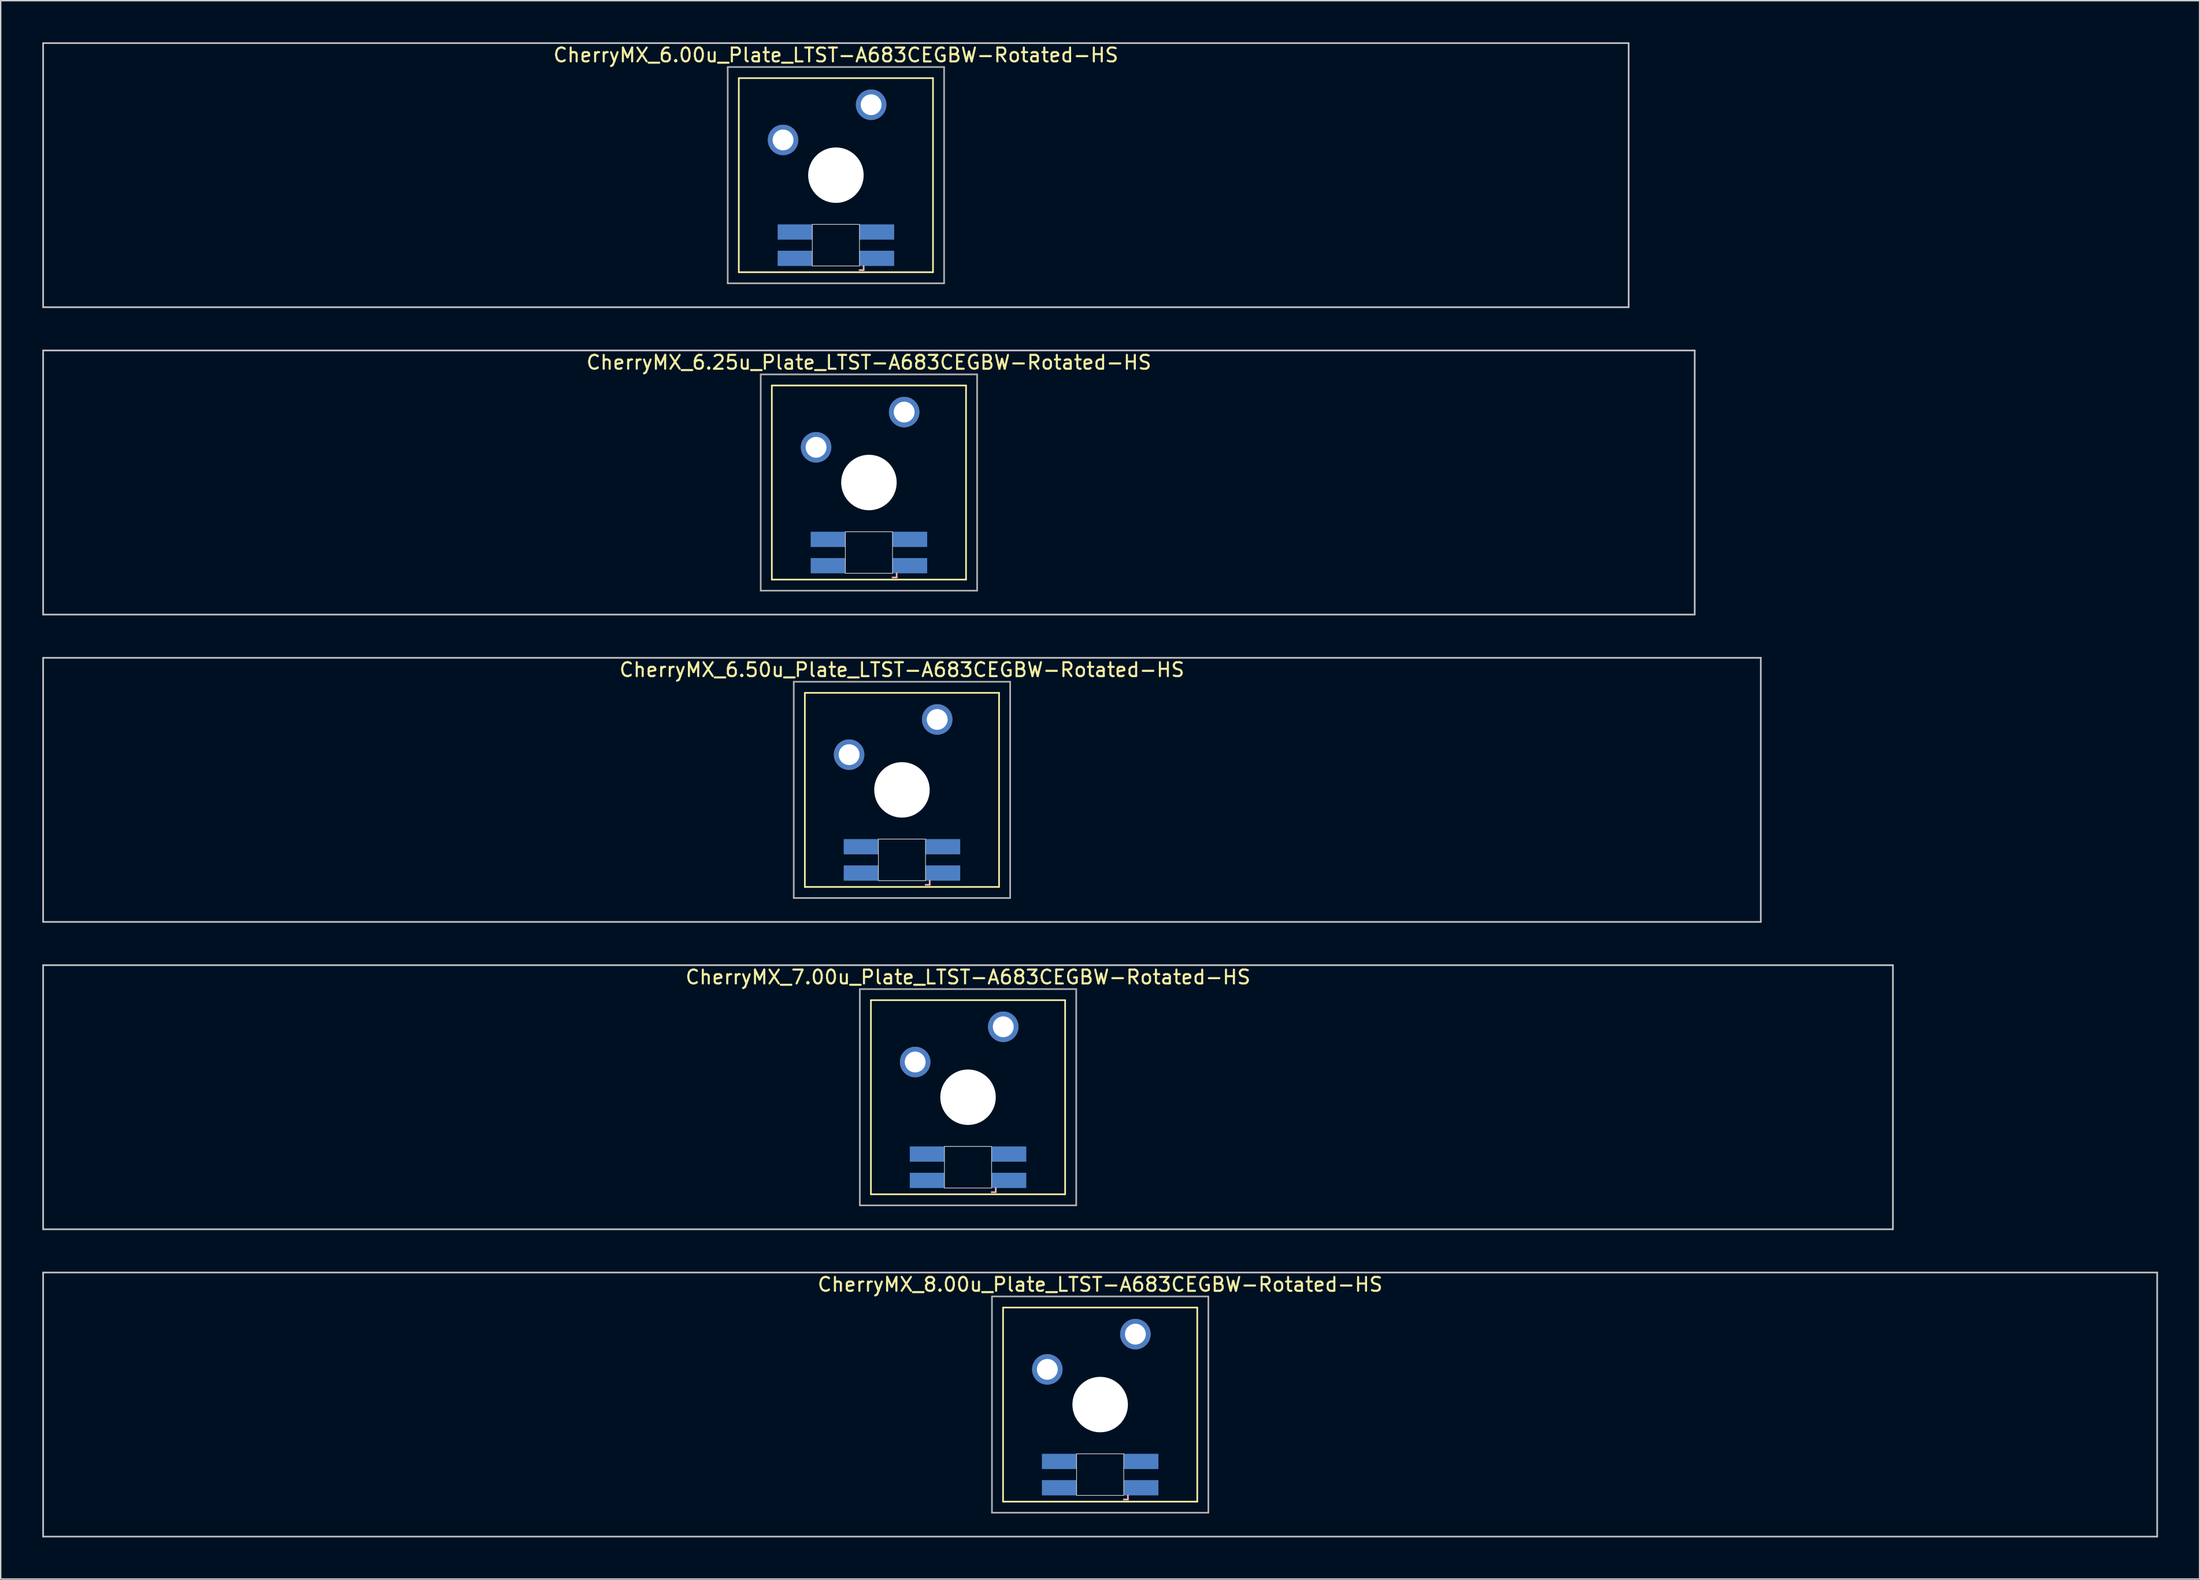
<source format=kicad_pcb>
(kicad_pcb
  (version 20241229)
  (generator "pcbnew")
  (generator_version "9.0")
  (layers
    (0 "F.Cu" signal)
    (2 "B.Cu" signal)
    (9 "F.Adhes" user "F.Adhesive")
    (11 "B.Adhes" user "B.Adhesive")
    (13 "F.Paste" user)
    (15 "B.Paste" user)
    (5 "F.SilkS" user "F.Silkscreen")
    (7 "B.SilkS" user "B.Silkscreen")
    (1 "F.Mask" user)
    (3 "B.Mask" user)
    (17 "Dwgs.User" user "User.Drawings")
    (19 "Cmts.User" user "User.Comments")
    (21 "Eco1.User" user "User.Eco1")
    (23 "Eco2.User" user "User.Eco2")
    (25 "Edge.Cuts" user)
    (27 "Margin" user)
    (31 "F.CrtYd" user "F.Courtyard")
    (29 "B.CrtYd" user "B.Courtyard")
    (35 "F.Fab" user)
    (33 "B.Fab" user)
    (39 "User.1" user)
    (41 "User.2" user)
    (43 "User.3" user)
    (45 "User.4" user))
  (footprint "CherryMX_8.00u_Plate_LTST-A683CEGBW-Rotated-HS"
    (layer "F.Cu")
    (at 76.26 98.265)
    (property "Reference" "CherryMX_8.00u_Plate_LTST-A683CEGBW-Rotated-HS" (at 0 -8.662 0) (layer "F.SilkS") (effects (font (size 1 1) (thickness 0.15))))
    (attr through_hole)
    (fp_line (start -7 -7) (end -7 7) (stroke (width 0.12) (type solid)) (layer "F.SilkS"))
    (fp_line (start -7 -7) (end 7 -7) (stroke (width 0.12) (type solid)) (layer "F.SilkS"))
    (fp_line (start 7 -7) (end 7 7) (stroke (width 0.12) (type solid)) (layer "F.SilkS"))
    (fp_line (start 7 7) (end -7 7) (stroke (width 0.12) (type solid)) (layer "F.SilkS"))
    (fp_line (start 1.7 6.85) (end 2 6.85) (stroke (width 0.12) (type solid)) (layer "B.SilkS"))
    (fp_line (start 2 6.85) (end 2 6.55) (stroke (width 0.12) (type solid)) (layer "B.SilkS"))
    (fp_line (start -76.2 -9.525) (end 76.2 -9.525) (stroke (width 0.12) (type solid)) (layer "Dwgs.User"))
    (fp_line (start -76.2 9.525) (end -76.2 -9.525) (stroke (width 0.12) (type solid)) (layer "Dwgs.User"))
    (fp_line (start 76.2 -9.525) (end 76.2 9.525) (stroke (width 0.12) (type solid)) (layer "Dwgs.User"))
    (fp_line (start 76.2 9.525) (end -76.2 9.525) (stroke (width 0.12) (type solid)) (layer "Dwgs.User"))
    (fp_line (start -1.7 3.55) (end 1.7 3.55) (stroke (width 0.05) (type solid)) (layer "Edge.Cuts"))
    (fp_line (start -1.7 6.55) (end -1.7 3.55) (stroke (width 0.05) (type solid)) (layer "Edge.Cuts"))
    (fp_line (start 1.7 3.55) (end 1.7 6.55) (stroke (width 0.05) (type solid)) (layer "Edge.Cuts"))
    (fp_line (start 1.7 6.55) (end -1.7 6.55) (stroke (width 0.05) (type solid)) (layer "Edge.Cuts"))
    (fp_line (start -7.8 -7.8) (end -7.8 7.8) (stroke (width 0.12) (type solid)) (layer "F.Fab"))
    (fp_line (start -7.8 -7.8) (end 7.8 -7.8) (stroke (width 0.12) (type solid)) (layer "F.Fab"))
    (fp_line (start -7.8 7.8) (end 7.8 7.8) (stroke (width 0.12) (type solid)) (layer "F.Fab"))
    (fp_line (start 7.8 -7.8) (end 7.8 7.8) (stroke (width 0.12) (type solid)) (layer "F.Fab"))
    (pad "" np_thru_hole circle (at 0 0) (size 4 4) (drill 4) (layers "*.Cu" "*.Mask"))
    (pad "1" thru_hole circle (at -3.81 -2.54) (size 2.2 2.2) (drill 1.5) (layers "*.Cu" "*.Mask"))
    (pad "2" thru_hole circle (at 2.54 -5.08) (size 2.2 2.2) (drill 1.5) (layers "*.Cu" "*.Mask"))
    (pad "3" smd rect (at 2.95 6) (size 2.5 1.1) (layers "B.Cu" "B.Mask" "B.Paste"))
    (pad "4" smd rect (at 2.95 4.1) (size 2.5 1.1) (layers "B.Cu" "B.Mask" "B.Paste"))
    (pad "5" smd rect (at -2.95 6) (size 2.5 1.1) (layers "B.Cu" "B.Mask" "B.Paste"))
    (pad "6" smd rect (at -2.95 4.1) (size 2.5 1.1) (layers "B.Cu" "B.Mask" "B.Paste")))
  (footprint "CherryMX_7.00u_Plate_LTST-A683CEGBW-Rotated-HS"
    (layer "F.Cu")
    (at 66.735 76.095)
    (property "Reference" "CherryMX_7.00u_Plate_LTST-A683CEGBW-Rotated-HS" (at 0 -8.662 0) (layer "F.SilkS") (effects (font (size 1 1) (thickness 0.15))))
    (attr through_hole)
    (fp_line (start -7 -7) (end -7 7) (stroke (width 0.12) (type solid)) (layer "F.SilkS"))
    (fp_line (start -7 -7) (end 7 -7) (stroke (width 0.12) (type solid)) (layer "F.SilkS"))
    (fp_line (start 7 -7) (end 7 7) (stroke (width 0.12) (type solid)) (layer "F.SilkS"))
    (fp_line (start 7 7) (end -7 7) (stroke (width 0.12) (type solid)) (layer "F.SilkS"))
    (fp_line (start 1.7 6.85) (end 2 6.85) (stroke (width 0.12) (type solid)) (layer "B.SilkS"))
    (fp_line (start 2 6.85) (end 2 6.55) (stroke (width 0.12) (type solid)) (layer "B.SilkS"))
    (fp_line (start -66.675 -9.525) (end 66.675 -9.525) (stroke (width 0.12) (type solid)) (layer "Dwgs.User"))
    (fp_line (start -66.675 9.525) (end -66.675 -9.525) (stroke (width 0.12) (type solid)) (layer "Dwgs.User"))
    (fp_line (start 66.675 -9.525) (end 66.675 9.525) (stroke (width 0.12) (type solid)) (layer "Dwgs.User"))
    (fp_line (start 66.675 9.525) (end -66.675 9.525) (stroke (width 0.12) (type solid)) (layer "Dwgs.User"))
    (fp_line (start -1.7 3.55) (end 1.7 3.55) (stroke (width 0.05) (type solid)) (layer "Edge.Cuts"))
    (fp_line (start -1.7 6.55) (end -1.7 3.55) (stroke (width 0.05) (type solid)) (layer "Edge.Cuts"))
    (fp_line (start 1.7 3.55) (end 1.7 6.55) (stroke (width 0.05) (type solid)) (layer "Edge.Cuts"))
    (fp_line (start 1.7 6.55) (end -1.7 6.55) (stroke (width 0.05) (type solid)) (layer "Edge.Cuts"))
    (fp_line (start -7.8 -7.8) (end -7.8 7.8) (stroke (width 0.12) (type solid)) (layer "F.Fab"))
    (fp_line (start -7.8 -7.8) (end 7.8 -7.8) (stroke (width 0.12) (type solid)) (layer "F.Fab"))
    (fp_line (start -7.8 7.8) (end 7.8 7.8) (stroke (width 0.12) (type solid)) (layer "F.Fab"))
    (fp_line (start 7.8 -7.8) (end 7.8 7.8) (stroke (width 0.12) (type solid)) (layer "F.Fab"))
    (pad "" np_thru_hole circle (at 0 0) (size 4 4) (drill 4) (layers "*.Cu" "*.Mask"))
    (pad "1" thru_hole circle (at -3.81 -2.54) (size 2.2 2.2) (drill 1.5) (layers "*.Cu" "*.Mask"))
    (pad "2" thru_hole circle (at 2.54 -5.08) (size 2.2 2.2) (drill 1.5) (layers "*.Cu" "*.Mask"))
    (pad "3" smd rect (at 2.95 6) (size 2.5 1.1) (layers "B.Cu" "B.Mask" "B.Paste"))
    (pad "4" smd rect (at 2.95 4.1) (size 2.5 1.1) (layers "B.Cu" "B.Mask" "B.Paste"))
    (pad "5" smd rect (at -2.95 6) (size 2.5 1.1) (layers "B.Cu" "B.Mask" "B.Paste"))
    (pad "6" smd rect (at -2.95 4.1) (size 2.5 1.1) (layers "B.Cu" "B.Mask" "B.Paste")))
  (footprint "CherryMX_6.00u_Plate_LTST-A683CEGBW-Rotated-HS"
    (layer "F.Cu")
    (at 57.21 9.585)
    (property "Reference" "CherryMX_6.00u_Plate_LTST-A683CEGBW-Rotated-HS" (at 0 -8.662 0) (layer "F.SilkS") (effects (font (size 1 1) (thickness 0.15))))
    (attr through_hole)
    (fp_line (start -7 -7) (end -7 7) (stroke (width 0.12) (type solid)) (layer "F.SilkS"))
    (fp_line (start -7 -7) (end 7 -7) (stroke (width 0.12) (type solid)) (layer "F.SilkS"))
    (fp_line (start 7 -7) (end 7 7) (stroke (width 0.12) (type solid)) (layer "F.SilkS"))
    (fp_line (start 7 7) (end -7 7) (stroke (width 0.12) (type solid)) (layer "F.SilkS"))
    (fp_line (start 1.7 6.85) (end 2 6.85) (stroke (width 0.12) (type solid)) (layer "B.SilkS"))
    (fp_line (start 2 6.85) (end 2 6.55) (stroke (width 0.12) (type solid)) (layer "B.SilkS"))
    (fp_line (start -57.15 -9.525) (end 57.15 -9.525) (stroke (width 0.12) (type solid)) (layer "Dwgs.User"))
    (fp_line (start -57.15 9.525) (end -57.15 -9.525) (stroke (width 0.12) (type solid)) (layer "Dwgs.User"))
    (fp_line (start 57.15 -9.525) (end 57.15 9.525) (stroke (width 0.12) (type solid)) (layer "Dwgs.User"))
    (fp_line (start 57.15 9.525) (end -57.15 9.525) (stroke (width 0.12) (type solid)) (layer "Dwgs.User"))
    (fp_line (start -1.7 3.55) (end 1.7 3.55) (stroke (width 0.05) (type solid)) (layer "Edge.Cuts"))
    (fp_line (start -1.7 6.55) (end -1.7 3.55) (stroke (width 0.05) (type solid)) (layer "Edge.Cuts"))
    (fp_line (start 1.7 3.55) (end 1.7 6.55) (stroke (width 0.05) (type solid)) (layer "Edge.Cuts"))
    (fp_line (start 1.7 6.55) (end -1.7 6.55) (stroke (width 0.05) (type solid)) (layer "Edge.Cuts"))
    (fp_line (start -7.8 -7.8) (end -7.8 7.8) (stroke (width 0.12) (type solid)) (layer "F.Fab"))
    (fp_line (start -7.8 -7.8) (end 7.8 -7.8) (stroke (width 0.12) (type solid)) (layer "F.Fab"))
    (fp_line (start -7.8 7.8) (end 7.8 7.8) (stroke (width 0.12) (type solid)) (layer "F.Fab"))
    (fp_line (start 7.8 -7.8) (end 7.8 7.8) (stroke (width 0.12) (type solid)) (layer "F.Fab"))
    (pad "" np_thru_hole circle (at 0 0) (size 4 4) (drill 4) (layers "*.Cu" "*.Mask"))
    (pad "1" thru_hole circle (at -3.81 -2.54) (size 2.2 2.2) (drill 1.5) (layers "*.Cu" "*.Mask"))
    (pad "2" thru_hole circle (at 2.54 -5.08) (size 2.2 2.2) (drill 1.5) (layers "*.Cu" "*.Mask"))
    (pad "3" smd rect (at 2.95 6) (size 2.5 1.1) (layers "B.Cu" "B.Mask" "B.Paste"))
    (pad "4" smd rect (at 2.95 4.1) (size 2.5 1.1) (layers "B.Cu" "B.Mask" "B.Paste"))
    (pad "5" smd rect (at -2.95 6) (size 2.5 1.1) (layers "B.Cu" "B.Mask" "B.Paste"))
    (pad "6" smd rect (at -2.95 4.1) (size 2.5 1.1) (layers "B.Cu" "B.Mask" "B.Paste")))
  (footprint "CherryMX_6.50u_Plate_LTST-A683CEGBW-Rotated-HS"
    (layer "F.Cu")
    (at 61.972 53.925)
    (property "Reference" "CherryMX_6.50u_Plate_LTST-A683CEGBW-Rotated-HS" (at 0 -8.662 0) (layer "F.SilkS") (effects (font (size 1 1) (thickness 0.15))))
    (attr through_hole)
    (fp_line (start -7 -7) (end -7 7) (stroke (width 0.12) (type solid)) (layer "F.SilkS"))
    (fp_line (start -7 -7) (end 7 -7) (stroke (width 0.12) (type solid)) (layer "F.SilkS"))
    (fp_line (start 7 -7) (end 7 7) (stroke (width 0.12) (type solid)) (layer "F.SilkS"))
    (fp_line (start 7 7) (end -7 7) (stroke (width 0.12) (type solid)) (layer "F.SilkS"))
    (fp_line (start 1.7 6.85) (end 2 6.85) (stroke (width 0.12) (type solid)) (layer "B.SilkS"))
    (fp_line (start 2 6.85) (end 2 6.55) (stroke (width 0.12) (type solid)) (layer "B.SilkS"))
    (fp_line (start -61.913 -9.525) (end 61.913 -9.525) (stroke (width 0.12) (type solid)) (layer "Dwgs.User"))
    (fp_line (start -61.913 9.525) (end -61.913 -9.525) (stroke (width 0.12) (type solid)) (layer "Dwgs.User"))
    (fp_line (start 61.913 -9.525) (end 61.913 9.525) (stroke (width 0.12) (type solid)) (layer "Dwgs.User"))
    (fp_line (start 61.913 9.525) (end -61.913 9.525) (stroke (width 0.12) (type solid)) (layer "Dwgs.User"))
    (fp_line (start -1.7 3.55) (end 1.7 3.55) (stroke (width 0.05) (type solid)) (layer "Edge.Cuts"))
    (fp_line (start -1.7 6.55) (end -1.7 3.55) (stroke (width 0.05) (type solid)) (layer "Edge.Cuts"))
    (fp_line (start 1.7 3.55) (end 1.7 6.55) (stroke (width 0.05) (type solid)) (layer "Edge.Cuts"))
    (fp_line (start 1.7 6.55) (end -1.7 6.55) (stroke (width 0.05) (type solid)) (layer "Edge.Cuts"))
    (fp_line (start -7.8 -7.8) (end -7.8 7.8) (stroke (width 0.12) (type solid)) (layer "F.Fab"))
    (fp_line (start -7.8 -7.8) (end 7.8 -7.8) (stroke (width 0.12) (type solid)) (layer "F.Fab"))
    (fp_line (start -7.8 7.8) (end 7.8 7.8) (stroke (width 0.12) (type solid)) (layer "F.Fab"))
    (fp_line (start 7.8 -7.8) (end 7.8 7.8) (stroke (width 0.12) (type solid)) (layer "F.Fab"))
    (pad "" np_thru_hole circle (at 0 0) (size 4 4) (drill 4) (layers "*.Cu" "*.Mask"))
    (pad "1" thru_hole circle (at -3.81 -2.54) (size 2.2 2.2) (drill 1.5) (layers "*.Cu" "*.Mask"))
    (pad "2" thru_hole circle (at 2.54 -5.08) (size 2.2 2.2) (drill 1.5) (layers "*.Cu" "*.Mask"))
    (pad "3" smd rect (at 2.95 6) (size 2.5 1.1) (layers "B.Cu" "B.Mask" "B.Paste"))
    (pad "4" smd rect (at 2.95 4.1) (size 2.5 1.1) (layers "B.Cu" "B.Mask" "B.Paste"))
    (pad "5" smd rect (at -2.95 6) (size 2.5 1.1) (layers "B.Cu" "B.Mask" "B.Paste"))
    (pad "6" smd rect (at -2.95 4.1) (size 2.5 1.1) (layers "B.Cu" "B.Mask" "B.Paste")))
  (footprint "CherryMX_6.25u_Plate_LTST-A683CEGBW-Rotated-HS"
    (layer "F.Cu")
    (at 59.591 31.755)
    (property "Reference" "CherryMX_6.25u_Plate_LTST-A683CEGBW-Rotated-HS" (at 0 -8.662 0) (layer "F.SilkS") (effects (font (size 1 1) (thickness 0.15))))
    (attr through_hole)
    (fp_line (start -7 -7) (end -7 7) (stroke (width 0.12) (type solid)) (layer "F.SilkS"))
    (fp_line (start -7 -7) (end 7 -7) (stroke (width 0.12) (type solid)) (layer "F.SilkS"))
    (fp_line (start 7 -7) (end 7 7) (stroke (width 0.12) (type solid)) (layer "F.SilkS"))
    (fp_line (start 7 7) (end -7 7) (stroke (width 0.12) (type solid)) (layer "F.SilkS"))
    (fp_line (start 1.7 6.85) (end 2 6.85) (stroke (width 0.12) (type solid)) (layer "B.SilkS"))
    (fp_line (start 2 6.85) (end 2 6.55) (stroke (width 0.12) (type solid)) (layer "B.SilkS"))
    (fp_line (start -59.531 -9.525) (end 59.531 -9.525) (stroke (width 0.12) (type solid)) (layer "Dwgs.User"))
    (fp_line (start -59.531 9.525) (end -59.531 -9.525) (stroke (width 0.12) (type solid)) (layer "Dwgs.User"))
    (fp_line (start 59.531 -9.525) (end 59.531 9.525) (stroke (width 0.12) (type solid)) (layer "Dwgs.User"))
    (fp_line (start 59.531 9.525) (end -59.531 9.525) (stroke (width 0.12) (type solid)) (layer "Dwgs.User"))
    (fp_line (start -1.7 3.55) (end 1.7 3.55) (stroke (width 0.05) (type solid)) (layer "Edge.Cuts"))
    (fp_line (start -1.7 6.55) (end -1.7 3.55) (stroke (width 0.05) (type solid)) (layer "Edge.Cuts"))
    (fp_line (start 1.7 3.55) (end 1.7 6.55) (stroke (width 0.05) (type solid)) (layer "Edge.Cuts"))
    (fp_line (start 1.7 6.55) (end -1.7 6.55) (stroke (width 0.05) (type solid)) (layer "Edge.Cuts"))
    (fp_line (start -7.8 -7.8) (end -7.8 7.8) (stroke (width 0.12) (type solid)) (layer "F.Fab"))
    (fp_line (start -7.8 -7.8) (end 7.8 -7.8) (stroke (width 0.12) (type solid)) (layer "F.Fab"))
    (fp_line (start -7.8 7.8) (end 7.8 7.8) (stroke (width 0.12) (type solid)) (layer "F.Fab"))
    (fp_line (start 7.8 -7.8) (end 7.8 7.8) (stroke (width 0.12) (type solid)) (layer "F.Fab"))
    (pad "" np_thru_hole circle (at 0 0) (size 4 4) (drill 4) (layers "*.Cu" "*.Mask"))
    (pad "1" thru_hole circle (at -3.81 -2.54) (size 2.2 2.2) (drill 1.5) (layers "*.Cu" "*.Mask"))
    (pad "2" thru_hole circle (at 2.54 -5.08) (size 2.2 2.2) (drill 1.5) (layers "*.Cu" "*.Mask"))
    (pad "3" smd rect (at 2.95 6) (size 2.5 1.1) (layers "B.Cu" "B.Mask" "B.Paste"))
    (pad "4" smd rect (at 2.95 4.1) (size 2.5 1.1) (layers "B.Cu" "B.Mask" "B.Paste"))
    (pad "5" smd rect (at -2.95 6) (size 2.5 1.1) (layers "B.Cu" "B.Mask" "B.Paste"))
    (pad "6" smd rect (at -2.95 4.1) (size 2.5 1.1) (layers "B.Cu" "B.Mask" "B.Paste")))
  (gr_rect
    (start -3 -3)
    (end 155.52 110.85)
    (stroke (width 0.1) (type default))
    (fill no)
    (layer "Edge.Cuts")))
</source>
